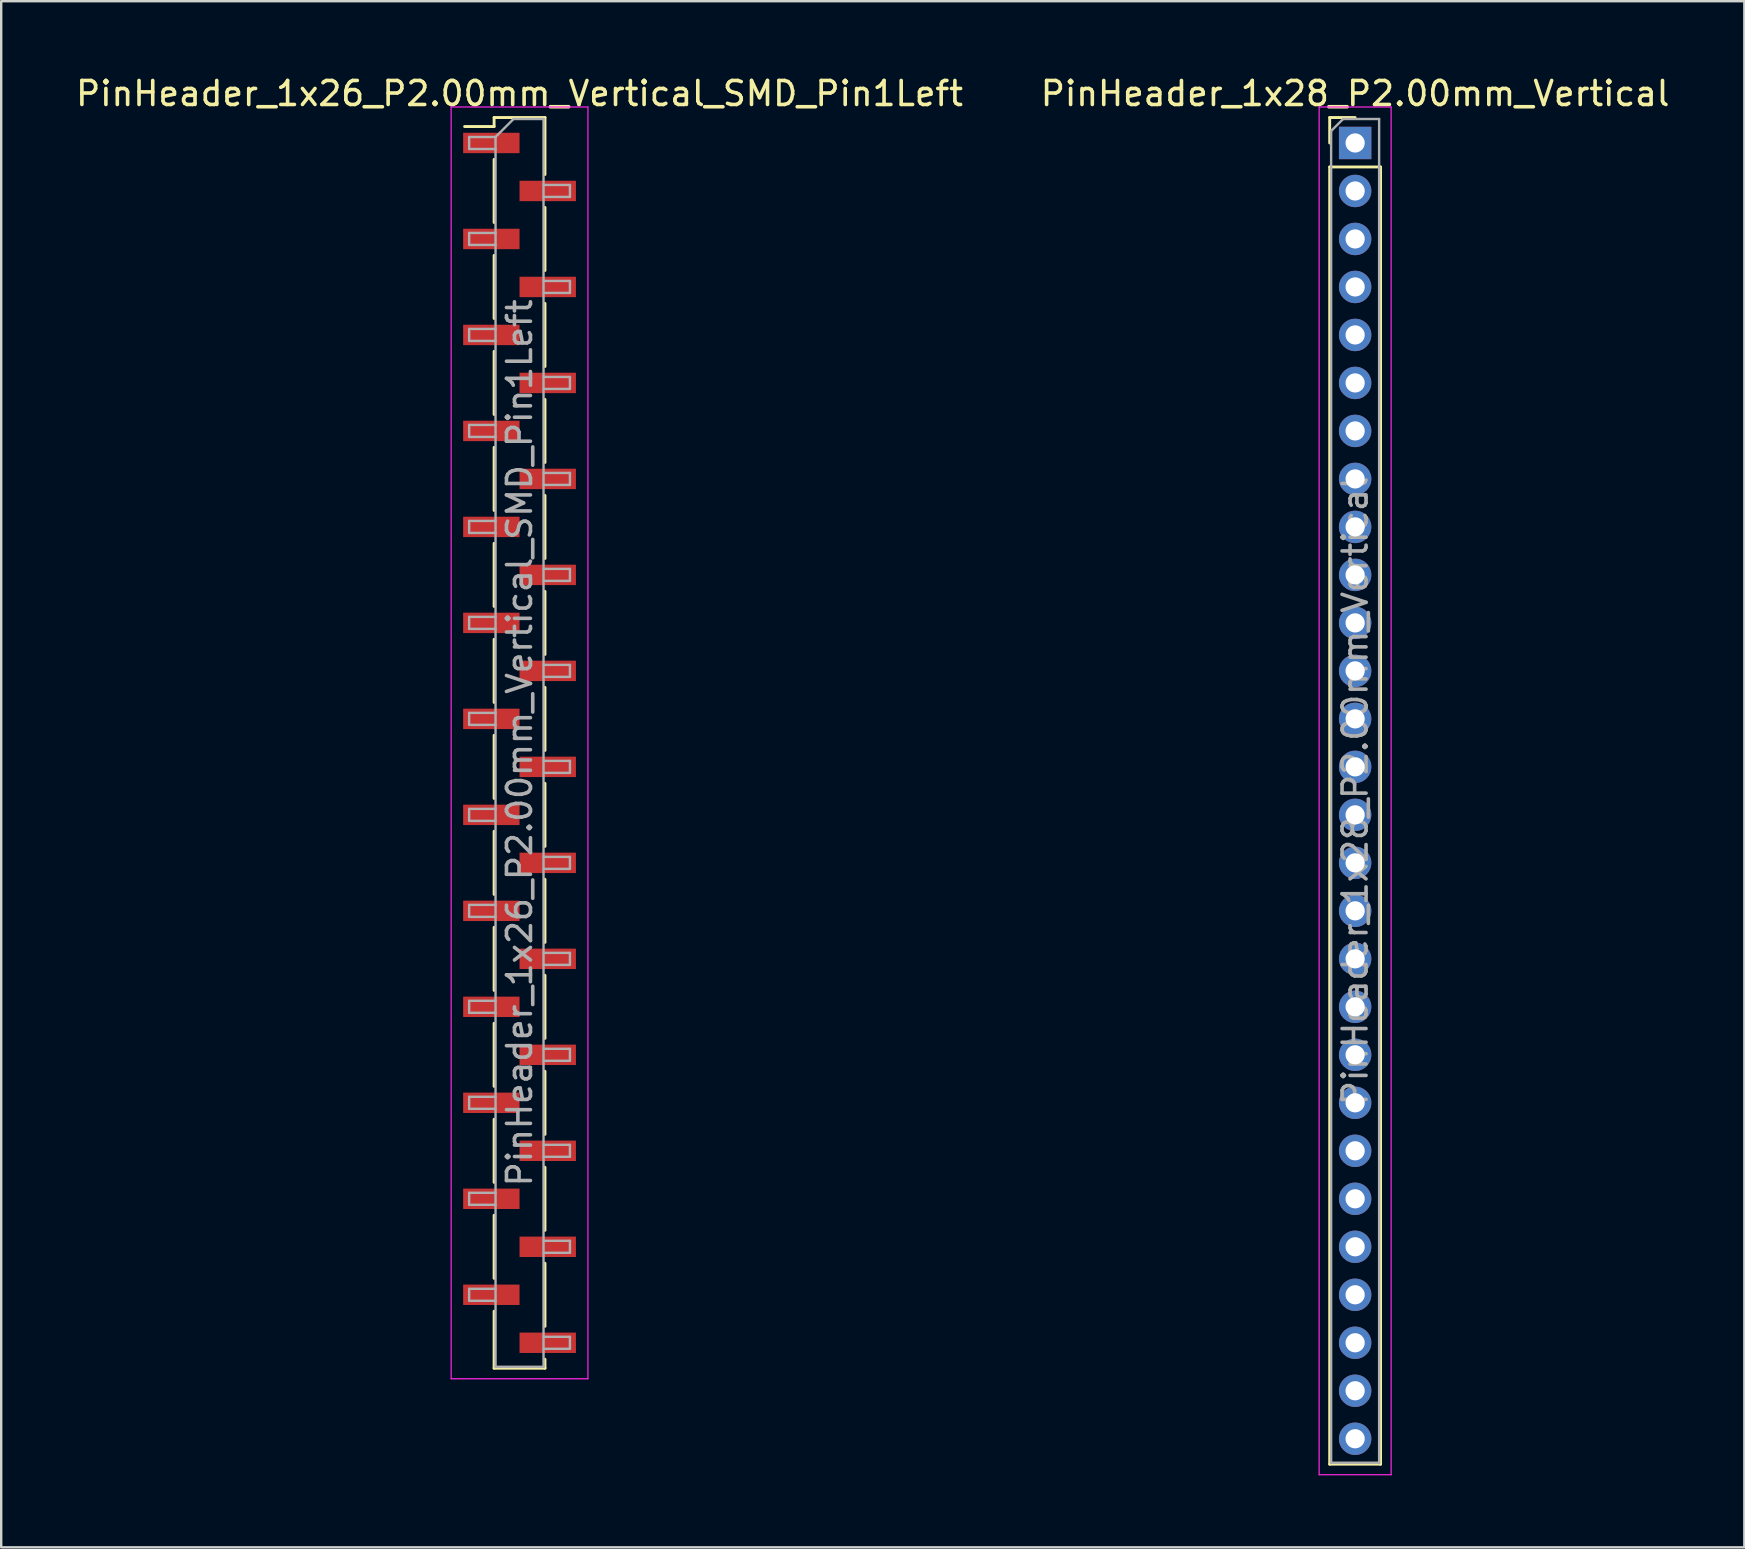
<source format=kicad_pcb>
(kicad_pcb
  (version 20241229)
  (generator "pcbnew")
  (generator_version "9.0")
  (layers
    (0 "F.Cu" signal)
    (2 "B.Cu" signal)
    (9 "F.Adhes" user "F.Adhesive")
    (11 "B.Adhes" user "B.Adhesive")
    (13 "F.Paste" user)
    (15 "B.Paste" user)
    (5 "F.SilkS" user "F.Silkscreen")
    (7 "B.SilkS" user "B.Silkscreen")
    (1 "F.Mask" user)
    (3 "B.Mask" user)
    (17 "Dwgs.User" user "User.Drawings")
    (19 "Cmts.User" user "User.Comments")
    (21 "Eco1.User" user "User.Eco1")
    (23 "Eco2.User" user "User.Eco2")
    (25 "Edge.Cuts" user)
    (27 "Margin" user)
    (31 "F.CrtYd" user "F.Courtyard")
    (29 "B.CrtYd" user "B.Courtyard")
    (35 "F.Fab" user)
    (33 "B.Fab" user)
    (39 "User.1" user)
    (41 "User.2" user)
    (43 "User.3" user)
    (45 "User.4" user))
  (footprint "PinHeader_1x28_P2.00mm_Vertical"
    (layer "F.Cu")
    (at 53.423 2.908)
    (property "Reference" "PinHeader_1x28_P2.00mm_Vertical" (at 0 -2.06 0) (layer "F.SilkS") (effects (font (size 1 1) (thickness 0.15))))
    (attr through_hole)
    (fp_line (start -1.06 -1.06) (end 0 -1.06) (stroke (width 0.12) (type solid)) (layer "F.SilkS"))
    (fp_line (start -1.06 0) (end -1.06 -1.06) (stroke (width 0.12) (type solid)) (layer "F.SilkS"))
    (fp_line (start -1.06 1) (end -1.06 55.06) (stroke (width 0.12) (type solid)) (layer "F.SilkS"))
    (fp_line (start -1.06 1) (end 1.06 1) (stroke (width 0.12) (type solid)) (layer "F.SilkS"))
    (fp_line (start -1.06 55.06) (end 1.06 55.06) (stroke (width 0.12) (type solid)) (layer "F.SilkS"))
    (fp_line (start 1.06 1) (end 1.06 55.06) (stroke (width 0.12) (type solid)) (layer "F.SilkS"))
    (fp_line (start -1.5 -1.5) (end -1.5 55.5) (stroke (width 0.05) (type solid)) (layer "F.CrtYd"))
    (fp_line (start -1.5 55.5) (end 1.5 55.5) (stroke (width 0.05) (type solid)) (layer "F.CrtYd"))
    (fp_line (start 1.5 -1.5) (end -1.5 -1.5) (stroke (width 0.05) (type solid)) (layer "F.CrtYd"))
    (fp_line (start 1.5 55.5) (end 1.5 -1.5) (stroke (width 0.05) (type solid)) (layer "F.CrtYd"))
    (fp_line (start -1 -0.5) (end -0.5 -1) (stroke (width 0.1) (type solid)) (layer "F.Fab"))
    (fp_line (start -1 55) (end -1 -0.5) (stroke (width 0.1) (type solid)) (layer "F.Fab"))
    (fp_line (start -0.5 -1) (end 1 -1) (stroke (width 0.1) (type solid)) (layer "F.Fab"))
    (fp_line (start 1 -1) (end 1 55) (stroke (width 0.1) (type solid)) (layer "F.Fab"))
    (fp_line (start 1 55) (end -1 55) (stroke (width 0.1) (type solid)) (layer "F.Fab"))
    (fp_text user "${REFERENCE}" (at 0 27 90) (layer "F.Fab") (effects (font (size 1 1) (thickness 0.15))))
    (pad "1" thru_hole rect (at 0 0) (size 1.35 1.35) (drill 0.8) (layers "*.Cu" "*.Mask"))
    (pad "2" thru_hole oval (at 0 2) (size 1.35 1.35) (drill 0.8) (layers "*.Cu" "*.Mask"))
    (pad "3" thru_hole oval (at 0 4) (size 1.35 1.35) (drill 0.8) (layers "*.Cu" "*.Mask"))
    (pad "4" thru_hole oval (at 0 6) (size 1.35 1.35) (drill 0.8) (layers "*.Cu" "*.Mask"))
    (pad "5" thru_hole oval (at 0 8) (size 1.35 1.35) (drill 0.8) (layers "*.Cu" "*.Mask"))
    (pad "6" thru_hole oval (at 0 10) (size 1.35 1.35) (drill 0.8) (layers "*.Cu" "*.Mask"))
    (pad "7" thru_hole oval (at 0 12) (size 1.35 1.35) (drill 0.8) (layers "*.Cu" "*.Mask"))
    (pad "8" thru_hole oval (at 0 14) (size 1.35 1.35) (drill 0.8) (layers "*.Cu" "*.Mask"))
    (pad "9" thru_hole oval (at 0 16) (size 1.35 1.35) (drill 0.8) (layers "*.Cu" "*.Mask"))
    (pad "10" thru_hole oval (at 0 18) (size 1.35 1.35) (drill 0.8) (layers "*.Cu" "*.Mask"))
    (pad "11" thru_hole oval (at 0 20) (size 1.35 1.35) (drill 0.8) (layers "*.Cu" "*.Mask"))
    (pad "12" thru_hole oval (at 0 22) (size 1.35 1.35) (drill 0.8) (layers "*.Cu" "*.Mask"))
    (pad "13" thru_hole oval (at 0 24) (size 1.35 1.35) (drill 0.8) (layers "*.Cu" "*.Mask"))
    (pad "14" thru_hole oval (at 0 26) (size 1.35 1.35) (drill 0.8) (layers "*.Cu" "*.Mask"))
    (pad "15" thru_hole oval (at 0 28) (size 1.35 1.35) (drill 0.8) (layers "*.Cu" "*.Mask"))
    (pad "16" thru_hole oval (at 0 30) (size 1.35 1.35) (drill 0.8) (layers "*.Cu" "*.Mask"))
    (pad "17" thru_hole oval (at 0 32) (size 1.35 1.35) (drill 0.8) (layers "*.Cu" "*.Mask"))
    (pad "18" thru_hole oval (at 0 34) (size 1.35 1.35) (drill 0.8) (layers "*.Cu" "*.Mask"))
    (pad "19" thru_hole oval (at 0 36) (size 1.35 1.35) (drill 0.8) (layers "*.Cu" "*.Mask"))
    (pad "20" thru_hole oval (at 0 38) (size 1.35 1.35) (drill 0.8) (layers "*.Cu" "*.Mask"))
    (pad "21" thru_hole oval (at 0 40) (size 1.35 1.35) (drill 0.8) (layers "*.Cu" "*.Mask"))
    (pad "22" thru_hole oval (at 0 42) (size 1.35 1.35) (drill 0.8) (layers "*.Cu" "*.Mask"))
    (pad "23" thru_hole oval (at 0 44) (size 1.35 1.35) (drill 0.8) (layers "*.Cu" "*.Mask"))
    (pad "24" thru_hole oval (at 0 46) (size 1.35 1.35) (drill 0.8) (layers "*.Cu" "*.Mask"))
    (pad "25" thru_hole oval (at 0 48) (size 1.35 1.35) (drill 0.8) (layers "*.Cu" "*.Mask"))
    (pad "26" thru_hole oval (at 0 50) (size 1.35 1.35) (drill 0.8) (layers "*.Cu" "*.Mask"))
    (pad "27" thru_hole oval (at 0 52) (size 1.35 1.35) (drill 0.8) (layers "*.Cu" "*.Mask"))
    (pad "28" thru_hole oval (at 0 54) (size 1.35 1.35) (drill 0.8) (layers "*.Cu" "*.Mask")))
  (footprint "PinHeader_1x26_P2.00mm_Vertical_SMD_Pin1Left"
    (layer "F.Cu")
    (at 18.601 27.908)
    (property "Reference" "PinHeader_1x26_P2.00mm_Vertical_SMD_Pin1Left" (at 0 -27.06 0) (layer "F.SilkS") (effects (font (size 1 1) (thickness 0.15))))
    (attr smd)
    (fp_line (start -1.06 -26.06) (end -1.06 -25.685) (stroke (width 0.12) (type solid)) (layer "F.SilkS"))
    (fp_line (start -1.06 -26.06) (end 1.06 -26.06) (stroke (width 0.12) (type solid)) (layer "F.SilkS"))
    (fp_line (start -1.06 -25.685) (end -2.29 -25.685) (stroke (width 0.12) (type solid)) (layer "F.SilkS"))
    (fp_line (start -1.06 -24.315) (end -1.06 -21.685) (stroke (width 0.12) (type solid)) (layer "F.SilkS"))
    (fp_line (start -1.06 -20.315) (end -1.06 -17.685) (stroke (width 0.12) (type solid)) (layer "F.SilkS"))
    (fp_line (start -1.06 -16.315) (end -1.06 -13.685) (stroke (width 0.12) (type solid)) (layer "F.SilkS"))
    (fp_line (start -1.06 -12.315) (end -1.06 -9.685) (stroke (width 0.12) (type solid)) (layer "F.SilkS"))
    (fp_line (start -1.06 -8.315) (end -1.06 -5.685) (stroke (width 0.12) (type solid)) (layer "F.SilkS"))
    (fp_line (start -1.06 -4.315) (end -1.06 -1.685) (stroke (width 0.12) (type solid)) (layer "F.SilkS"))
    (fp_line (start -1.06 -0.315) (end -1.06 2.315) (stroke (width 0.12) (type solid)) (layer "F.SilkS"))
    (fp_line (start -1.06 3.685) (end -1.06 6.315) (stroke (width 0.12) (type solid)) (layer "F.SilkS"))
    (fp_line (start -1.06 7.685) (end -1.06 10.315) (stroke (width 0.12) (type solid)) (layer "F.SilkS"))
    (fp_line (start -1.06 11.685) (end -1.06 14.315) (stroke (width 0.12) (type solid)) (layer "F.SilkS"))
    (fp_line (start -1.06 15.685) (end -1.06 18.315) (stroke (width 0.12) (type solid)) (layer "F.SilkS"))
    (fp_line (start -1.06 19.685) (end -1.06 22.315) (stroke (width 0.12) (type solid)) (layer "F.SilkS"))
    (fp_line (start -1.06 23.685) (end -1.06 26.06) (stroke (width 0.12) (type solid)) (layer "F.SilkS"))
    (fp_line (start -1.06 26.06) (end 1.06 26.06) (stroke (width 0.12) (type solid)) (layer "F.SilkS"))
    (fp_line (start 1.06 -26.06) (end 1.06 -23.685) (stroke (width 0.12) (type solid)) (layer "F.SilkS"))
    (fp_line (start 1.06 -22.315) (end 1.06 -19.685) (stroke (width 0.12) (type solid)) (layer "F.SilkS"))
    (fp_line (start 1.06 -18.315) (end 1.06 -15.685) (stroke (width 0.12) (type solid)) (layer "F.SilkS"))
    (fp_line (start 1.06 -14.315) (end 1.06 -11.685) (stroke (width 0.12) (type solid)) (layer "F.SilkS"))
    (fp_line (start 1.06 -10.315) (end 1.06 -7.685) (stroke (width 0.12) (type solid)) (layer "F.SilkS"))
    (fp_line (start 1.06 -6.315) (end 1.06 -3.685) (stroke (width 0.12) (type solid)) (layer "F.SilkS"))
    (fp_line (start 1.06 -2.315) (end 1.06 0.315) (stroke (width 0.12) (type solid)) (layer "F.SilkS"))
    (fp_line (start 1.06 1.685) (end 1.06 4.315) (stroke (width 0.12) (type solid)) (layer "F.SilkS"))
    (fp_line (start 1.06 5.685) (end 1.06 8.315) (stroke (width 0.12) (type solid)) (layer "F.SilkS"))
    (fp_line (start 1.06 9.685) (end 1.06 12.315) (stroke (width 0.12) (type solid)) (layer "F.SilkS"))
    (fp_line (start 1.06 13.685) (end 1.06 16.315) (stroke (width 0.12) (type solid)) (layer "F.SilkS"))
    (fp_line (start 1.06 17.685) (end 1.06 20.315) (stroke (width 0.12) (type solid)) (layer "F.SilkS"))
    (fp_line (start 1.06 21.685) (end 1.06 24.315) (stroke (width 0.12) (type solid)) (layer "F.SilkS"))
    (fp_line (start 1.06 25.685) (end 1.06 26.06) (stroke (width 0.12) (type solid)) (layer "F.SilkS"))
    (fp_line (start -2.85 -26.5) (end -2.85 26.5) (stroke (width 0.05) (type solid)) (layer "F.CrtYd"))
    (fp_line (start -2.85 26.5) (end 2.85 26.5) (stroke (width 0.05) (type solid)) (layer "F.CrtYd"))
    (fp_line (start 2.85 -26.5) (end -2.85 -26.5) (stroke (width 0.05) (type solid)) (layer "F.CrtYd"))
    (fp_line (start 2.85 26.5) (end 2.85 -26.5) (stroke (width 0.05) (type solid)) (layer "F.CrtYd"))
    (fp_line (start -2.1 -25.25) (end -2.1 -24.75) (stroke (width 0.1) (type solid)) (layer "F.Fab"))
    (fp_line (start -2.1 -24.75) (end -1 -24.75) (stroke (width 0.1) (type solid)) (layer "F.Fab"))
    (fp_line (start -2.1 -21.25) (end -2.1 -20.75) (stroke (width 0.1) (type solid)) (layer "F.Fab"))
    (fp_line (start -2.1 -20.75) (end -1 -20.75) (stroke (width 0.1) (type solid)) (layer "F.Fab"))
    (fp_line (start -2.1 -17.25) (end -2.1 -16.75) (stroke (width 0.1) (type solid)) (layer "F.Fab"))
    (fp_line (start -2.1 -16.75) (end -1 -16.75) (stroke (width 0.1) (type solid)) (layer "F.Fab"))
    (fp_line (start -2.1 -13.25) (end -2.1 -12.75) (stroke (width 0.1) (type solid)) (layer "F.Fab"))
    (fp_line (start -2.1 -12.75) (end -1 -12.75) (stroke (width 0.1) (type solid)) (layer "F.Fab"))
    (fp_line (start -2.1 -9.25) (end -2.1 -8.75) (stroke (width 0.1) (type solid)) (layer "F.Fab"))
    (fp_line (start -2.1 -8.75) (end -1 -8.75) (stroke (width 0.1) (type solid)) (layer "F.Fab"))
    (fp_line (start -2.1 -5.25) (end -2.1 -4.75) (stroke (width 0.1) (type solid)) (layer "F.Fab"))
    (fp_line (start -2.1 -4.75) (end -1 -4.75) (stroke (width 0.1) (type solid)) (layer "F.Fab"))
    (fp_line (start -2.1 -1.25) (end -2.1 -0.75) (stroke (width 0.1) (type solid)) (layer "F.Fab"))
    (fp_line (start -2.1 -0.75) (end -1 -0.75) (stroke (width 0.1) (type solid)) (layer "F.Fab"))
    (fp_line (start -2.1 2.75) (end -2.1 3.25) (stroke (width 0.1) (type solid)) (layer "F.Fab"))
    (fp_line (start -2.1 3.25) (end -1 3.25) (stroke (width 0.1) (type solid)) (layer "F.Fab"))
    (fp_line (start -2.1 6.75) (end -2.1 7.25) (stroke (width 0.1) (type solid)) (layer "F.Fab"))
    (fp_line (start -2.1 7.25) (end -1 7.25) (stroke (width 0.1) (type solid)) (layer "F.Fab"))
    (fp_line (start -2.1 10.75) (end -2.1 11.25) (stroke (width 0.1) (type solid)) (layer "F.Fab"))
    (fp_line (start -2.1 11.25) (end -1 11.25) (stroke (width 0.1) (type solid)) (layer "F.Fab"))
    (fp_line (start -2.1 14.75) (end -2.1 15.25) (stroke (width 0.1) (type solid)) (layer "F.Fab"))
    (fp_line (start -2.1 15.25) (end -1 15.25) (stroke (width 0.1) (type solid)) (layer "F.Fab"))
    (fp_line (start -2.1 18.75) (end -2.1 19.25) (stroke (width 0.1) (type solid)) (layer "F.Fab"))
    (fp_line (start -2.1 19.25) (end -1 19.25) (stroke (width 0.1) (type solid)) (layer "F.Fab"))
    (fp_line (start -2.1 22.75) (end -2.1 23.25) (stroke (width 0.1) (type solid)) (layer "F.Fab"))
    (fp_line (start -2.1 23.25) (end -1 23.25) (stroke (width 0.1) (type solid)) (layer "F.Fab"))
    (fp_line (start -1 -25.25) (end -2.1 -25.25) (stroke (width 0.1) (type solid)) (layer "F.Fab"))
    (fp_line (start -1 -25.25) (end -0.25 -26) (stroke (width 0.1) (type solid)) (layer "F.Fab"))
    (fp_line (start -1 -21.25) (end -2.1 -21.25) (stroke (width 0.1) (type solid)) (layer "F.Fab"))
    (fp_line (start -1 -17.25) (end -2.1 -17.25) (stroke (width 0.1) (type solid)) (layer "F.Fab"))
    (fp_line (start -1 -13.25) (end -2.1 -13.25) (stroke (width 0.1) (type solid)) (layer "F.Fab"))
    (fp_line (start -1 -9.25) (end -2.1 -9.25) (stroke (width 0.1) (type solid)) (layer "F.Fab"))
    (fp_line (start -1 -5.25) (end -2.1 -5.25) (stroke (width 0.1) (type solid)) (layer "F.Fab"))
    (fp_line (start -1 -1.25) (end -2.1 -1.25) (stroke (width 0.1) (type solid)) (layer "F.Fab"))
    (fp_line (start -1 2.75) (end -2.1 2.75) (stroke (width 0.1) (type solid)) (layer "F.Fab"))
    (fp_line (start -1 6.75) (end -2.1 6.75) (stroke (width 0.1) (type solid)) (layer "F.Fab"))
    (fp_line (start -1 10.75) (end -2.1 10.75) (stroke (width 0.1) (type solid)) (layer "F.Fab"))
    (fp_line (start -1 14.75) (end -2.1 14.75) (stroke (width 0.1) (type solid)) (layer "F.Fab"))
    (fp_line (start -1 18.75) (end -2.1 18.75) (stroke (width 0.1) (type solid)) (layer "F.Fab"))
    (fp_line (start -1 22.75) (end -2.1 22.75) (stroke (width 0.1) (type solid)) (layer "F.Fab"))
    (fp_line (start -1 26) (end -1 -25.25) (stroke (width 0.1) (type solid)) (layer "F.Fab"))
    (fp_line (start -0.25 -26) (end 1 -26) (stroke (width 0.1) (type solid)) (layer "F.Fab"))
    (fp_line (start 1 -26) (end 1 26) (stroke (width 0.1) (type solid)) (layer "F.Fab"))
    (fp_line (start 1 -23.25) (end 2.1 -23.25) (stroke (width 0.1) (type solid)) (layer "F.Fab"))
    (fp_line (start 1 -19.25) (end 2.1 -19.25) (stroke (width 0.1) (type solid)) (layer "F.Fab"))
    (fp_line (start 1 -15.25) (end 2.1 -15.25) (stroke (width 0.1) (type solid)) (layer "F.Fab"))
    (fp_line (start 1 -11.25) (end 2.1 -11.25) (stroke (width 0.1) (type solid)) (layer "F.Fab"))
    (fp_line (start 1 -7.25) (end 2.1 -7.25) (stroke (width 0.1) (type solid)) (layer "F.Fab"))
    (fp_line (start 1 -3.25) (end 2.1 -3.25) (stroke (width 0.1) (type solid)) (layer "F.Fab"))
    (fp_line (start 1 0.75) (end 2.1 0.75) (stroke (width 0.1) (type solid)) (layer "F.Fab"))
    (fp_line (start 1 4.75) (end 2.1 4.75) (stroke (width 0.1) (type solid)) (layer "F.Fab"))
    (fp_line (start 1 8.75) (end 2.1 8.75) (stroke (width 0.1) (type solid)) (layer "F.Fab"))
    (fp_line (start 1 12.75) (end 2.1 12.75) (stroke (width 0.1) (type solid)) (layer "F.Fab"))
    (fp_line (start 1 16.75) (end 2.1 16.75) (stroke (width 0.1) (type solid)) (layer "F.Fab"))
    (fp_line (start 1 20.75) (end 2.1 20.75) (stroke (width 0.1) (type solid)) (layer "F.Fab"))
    (fp_line (start 1 24.75) (end 2.1 24.75) (stroke (width 0.1) (type solid)) (layer "F.Fab"))
    (fp_line (start 1 26) (end -1 26) (stroke (width 0.1) (type solid)) (layer "F.Fab"))
    (fp_line (start 2.1 -23.25) (end 2.1 -22.75) (stroke (width 0.1) (type solid)) (layer "F.Fab"))
    (fp_line (start 2.1 -22.75) (end 1 -22.75) (stroke (width 0.1) (type solid)) (layer "F.Fab"))
    (fp_line (start 2.1 -19.25) (end 2.1 -18.75) (stroke (width 0.1) (type solid)) (layer "F.Fab"))
    (fp_line (start 2.1 -18.75) (end 1 -18.75) (stroke (width 0.1) (type solid)) (layer "F.Fab"))
    (fp_line (start 2.1 -15.25) (end 2.1 -14.75) (stroke (width 0.1) (type solid)) (layer "F.Fab"))
    (fp_line (start 2.1 -14.75) (end 1 -14.75) (stroke (width 0.1) (type solid)) (layer "F.Fab"))
    (fp_line (start 2.1 -11.25) (end 2.1 -10.75) (stroke (width 0.1) (type solid)) (layer "F.Fab"))
    (fp_line (start 2.1 -10.75) (end 1 -10.75) (stroke (width 0.1) (type solid)) (layer "F.Fab"))
    (fp_line (start 2.1 -7.25) (end 2.1 -6.75) (stroke (width 0.1) (type solid)) (layer "F.Fab"))
    (fp_line (start 2.1 -6.75) (end 1 -6.75) (stroke (width 0.1) (type solid)) (layer "F.Fab"))
    (fp_line (start 2.1 -3.25) (end 2.1 -2.75) (stroke (width 0.1) (type solid)) (layer "F.Fab"))
    (fp_line (start 2.1 -2.75) (end 1 -2.75) (stroke (width 0.1) (type solid)) (layer "F.Fab"))
    (fp_line (start 2.1 0.75) (end 2.1 1.25) (stroke (width 0.1) (type solid)) (layer "F.Fab"))
    (fp_line (start 2.1 1.25) (end 1 1.25) (stroke (width 0.1) (type solid)) (layer "F.Fab"))
    (fp_line (start 2.1 4.75) (end 2.1 5.25) (stroke (width 0.1) (type solid)) (layer "F.Fab"))
    (fp_line (start 2.1 5.25) (end 1 5.25) (stroke (width 0.1) (type solid)) (layer "F.Fab"))
    (fp_line (start 2.1 8.75) (end 2.1 9.25) (stroke (width 0.1) (type solid)) (layer "F.Fab"))
    (fp_line (start 2.1 9.25) (end 1 9.25) (stroke (width 0.1) (type solid)) (layer "F.Fab"))
    (fp_line (start 2.1 12.75) (end 2.1 13.25) (stroke (width 0.1) (type solid)) (layer "F.Fab"))
    (fp_line (start 2.1 13.25) (end 1 13.25) (stroke (width 0.1) (type solid)) (layer "F.Fab"))
    (fp_line (start 2.1 16.75) (end 2.1 17.25) (stroke (width 0.1) (type solid)) (layer "F.Fab"))
    (fp_line (start 2.1 17.25) (end 1 17.25) (stroke (width 0.1) (type solid)) (layer "F.Fab"))
    (fp_line (start 2.1 20.75) (end 2.1 21.25) (stroke (width 0.1) (type solid)) (layer "F.Fab"))
    (fp_line (start 2.1 21.25) (end 1 21.25) (stroke (width 0.1) (type solid)) (layer "F.Fab"))
    (fp_line (start 2.1 24.75) (end 2.1 25.25) (stroke (width 0.1) (type solid)) (layer "F.Fab"))
    (fp_line (start 2.1 25.25) (end 1 25.25) (stroke (width 0.1) (type solid)) (layer "F.Fab"))
    (fp_text user "${REFERENCE}" (at 0 0 90) (layer "F.Fab") (effects (font (size 1 1) (thickness 0.15))))
    (pad "1" smd rect (at -1.175 -25) (size 2.35 0.85) (layers "F.Cu" "F.Mask" "F.Paste"))
    (pad "2" smd rect (at 1.175 -23) (size 2.35 0.85) (layers "F.Cu" "F.Mask" "F.Paste"))
    (pad "3" smd rect (at -1.175 -21) (size 2.35 0.85) (layers "F.Cu" "F.Mask" "F.Paste"))
    (pad "4" smd rect (at 1.175 -19) (size 2.35 0.85) (layers "F.Cu" "F.Mask" "F.Paste"))
    (pad "5" smd rect (at -1.175 -17) (size 2.35 0.85) (layers "F.Cu" "F.Mask" "F.Paste"))
    (pad "6" smd rect (at 1.175 -15) (size 2.35 0.85) (layers "F.Cu" "F.Mask" "F.Paste"))
    (pad "7" smd rect (at -1.175 -13) (size 2.35 0.85) (layers "F.Cu" "F.Mask" "F.Paste"))
    (pad "8" smd rect (at 1.175 -11) (size 2.35 0.85) (layers "F.Cu" "F.Mask" "F.Paste"))
    (pad "9" smd rect (at -1.175 -9) (size 2.35 0.85) (layers "F.Cu" "F.Mask" "F.Paste"))
    (pad "10" smd rect (at 1.175 -7) (size 2.35 0.85) (layers "F.Cu" "F.Mask" "F.Paste"))
    (pad "11" smd rect (at -1.175 -5) (size 2.35 0.85) (layers "F.Cu" "F.Mask" "F.Paste"))
    (pad "12" smd rect (at 1.175 -3) (size 2.35 0.85) (layers "F.Cu" "F.Mask" "F.Paste"))
    (pad "13" smd rect (at -1.175 -1) (size 2.35 0.85) (layers "F.Cu" "F.Mask" "F.Paste"))
    (pad "14" smd rect (at 1.175 1) (size 2.35 0.85) (layers "F.Cu" "F.Mask" "F.Paste"))
    (pad "15" smd rect (at -1.175 3) (size 2.35 0.85) (layers "F.Cu" "F.Mask" "F.Paste"))
    (pad "16" smd rect (at 1.175 5) (size 2.35 0.85) (layers "F.Cu" "F.Mask" "F.Paste"))
    (pad "17" smd rect (at -1.175 7) (size 2.35 0.85) (layers "F.Cu" "F.Mask" "F.Paste"))
    (pad "18" smd rect (at 1.175 9) (size 2.35 0.85) (layers "F.Cu" "F.Mask" "F.Paste"))
    (pad "19" smd rect (at -1.175 11) (size 2.35 0.85) (layers "F.Cu" "F.Mask" "F.Paste"))
    (pad "20" smd rect (at 1.175 13) (size 2.35 0.85) (layers "F.Cu" "F.Mask" "F.Paste"))
    (pad "21" smd rect (at -1.175 15) (size 2.35 0.85) (layers "F.Cu" "F.Mask" "F.Paste"))
    (pad "22" smd rect (at 1.175 17) (size 2.35 0.85) (layers "F.Cu" "F.Mask" "F.Paste"))
    (pad "23" smd rect (at -1.175 19) (size 2.35 0.85) (layers "F.Cu" "F.Mask" "F.Paste"))
    (pad "24" smd rect (at 1.175 21) (size 2.35 0.85) (layers "F.Cu" "F.Mask" "F.Paste"))
    (pad "25" smd rect (at -1.175 23) (size 2.35 0.85) (layers "F.Cu" "F.Mask" "F.Paste"))
    (pad "26" smd rect (at 1.175 25) (size 2.35 0.85) (layers "F.Cu" "F.Mask" "F.Paste")))
  (gr_rect
    (start -3 -3)
    (end 69.643 61.433)
    (stroke (width 0.1) (type default))
    (fill no)
    (layer "Edge.Cuts")))
</source>
